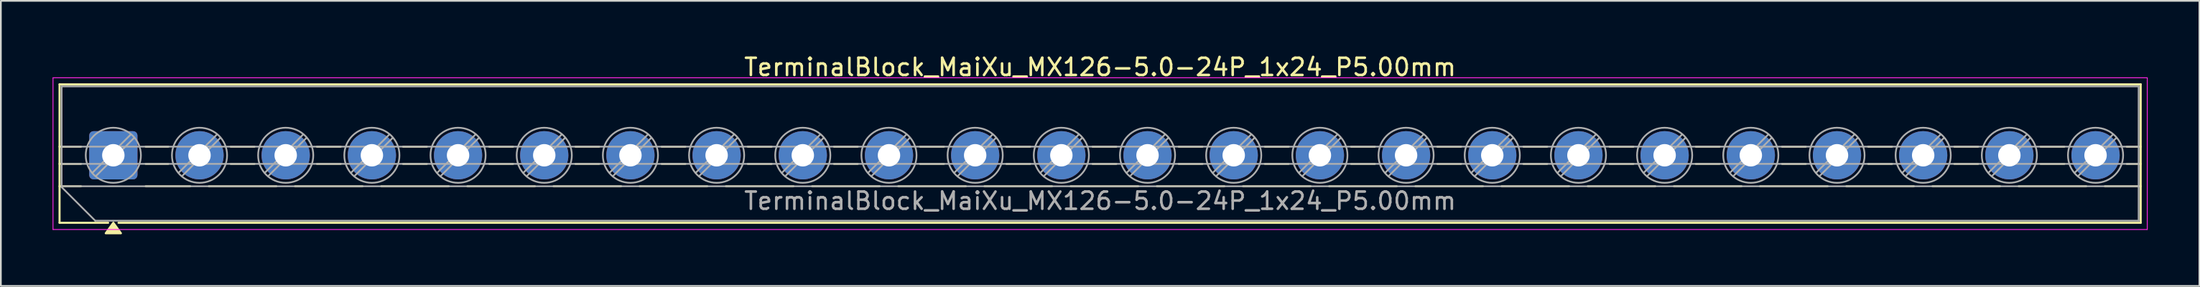
<source format=kicad_pcb>
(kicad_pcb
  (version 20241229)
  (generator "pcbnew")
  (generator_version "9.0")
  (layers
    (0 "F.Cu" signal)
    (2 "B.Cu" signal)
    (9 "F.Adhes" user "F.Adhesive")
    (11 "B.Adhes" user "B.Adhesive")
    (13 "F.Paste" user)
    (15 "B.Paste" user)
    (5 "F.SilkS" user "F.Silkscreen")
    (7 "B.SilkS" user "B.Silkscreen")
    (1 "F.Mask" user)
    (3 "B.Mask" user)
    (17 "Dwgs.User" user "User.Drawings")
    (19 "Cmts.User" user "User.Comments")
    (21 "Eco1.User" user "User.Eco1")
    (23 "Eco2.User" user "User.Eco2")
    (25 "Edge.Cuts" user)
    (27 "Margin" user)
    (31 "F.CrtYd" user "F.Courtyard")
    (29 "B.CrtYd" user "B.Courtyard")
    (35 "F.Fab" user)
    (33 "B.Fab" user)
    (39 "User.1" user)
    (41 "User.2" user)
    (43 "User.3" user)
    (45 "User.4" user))
  (footprint "TerminalBlock_MaiXu_MX126-5.0-24P_1x24_P5.00mm"
    (layer "F.Cu")
    (at 3.525 5.968)
    (property "Reference" "TerminalBlock_MaiXu_MX126-5.0-24P_1x24_P5.00mm" (at 57.25 -5.12 0) (layer "F.SilkS") (effects (font (size 1 1) (thickness 0.15))))
    (attr through_hole)
    (fp_line (start -3.12 -4.12) (end -3.12 3.92) (stroke (width 0.12) (type solid)) (layer "F.SilkS"))
    (fp_line (start -3.12 -4.12) (end 117.62 -4.12) (stroke (width 0.12) (type solid)) (layer "F.SilkS"))
    (fp_line (start -3.12 -0.5) (end -1.88 -0.5) (stroke (width 0.12) (type solid)) (layer "F.SilkS"))
    (fp_line (start -3.12 0.5) (end -1.88 0.5) (stroke (width 0.12) (type solid)) (layer "F.SilkS"))
    (fp_line (start -3.12 1.8) (end -1.88 1.8) (stroke (width 0.12) (type solid)) (layer "F.SilkS"))
    (fp_line (start -3.12 3.92) (end -0.3 3.92) (stroke (width 0.12) (type solid)) (layer "F.SilkS"))
    (fp_line (start 0.3 3.92) (end 117.62 3.92) (stroke (width 0.12) (type solid)) (layer "F.SilkS"))
    (fp_line (start 1.88 -0.5) (end 3.188 -0.5) (stroke (width 0.12) (type solid)) (layer "F.SilkS"))
    (fp_line (start 1.88 0.5) (end 3.188 0.5) (stroke (width 0.12) (type solid)) (layer "F.SilkS"))
    (fp_line (start 1.88 1.8) (end 4.457 1.8) (stroke (width 0.12) (type solid)) (layer "F.SilkS"))
    (fp_line (start 5.543 1.8) (end 9.457 1.8) (stroke (width 0.12) (type solid)) (layer "F.SilkS"))
    (fp_line (start 6.812 -0.5) (end 8.188 -0.5) (stroke (width 0.12) (type solid)) (layer "F.SilkS"))
    (fp_line (start 6.812 0.5) (end 8.188 0.5) (stroke (width 0.12) (type solid)) (layer "F.SilkS"))
    (fp_line (start 10.543 1.8) (end 14.457 1.8) (stroke (width 0.12) (type solid)) (layer "F.SilkS"))
    (fp_line (start 11.812 -0.5) (end 13.188 -0.5) (stroke (width 0.12) (type solid)) (layer "F.SilkS"))
    (fp_line (start 11.812 0.5) (end 13.188 0.5) (stroke (width 0.12) (type solid)) (layer "F.SilkS"))
    (fp_line (start 15.543 1.8) (end 19.457 1.8) (stroke (width 0.12) (type solid)) (layer "F.SilkS"))
    (fp_line (start 16.812 -0.5) (end 18.188 -0.5) (stroke (width 0.12) (type solid)) (layer "F.SilkS"))
    (fp_line (start 16.812 0.5) (end 18.188 0.5) (stroke (width 0.12) (type solid)) (layer "F.SilkS"))
    (fp_line (start 20.543 1.8) (end 24.457 1.8) (stroke (width 0.12) (type solid)) (layer "F.SilkS"))
    (fp_line (start 21.812 -0.5) (end 23.188 -0.5) (stroke (width 0.12) (type solid)) (layer "F.SilkS"))
    (fp_line (start 21.812 0.5) (end 23.188 0.5) (stroke (width 0.12) (type solid)) (layer "F.SilkS"))
    (fp_line (start 25.543 1.8) (end 29.457 1.8) (stroke (width 0.12) (type solid)) (layer "F.SilkS"))
    (fp_line (start 26.812 -0.5) (end 28.188 -0.5) (stroke (width 0.12) (type solid)) (layer "F.SilkS"))
    (fp_line (start 26.812 0.5) (end 28.188 0.5) (stroke (width 0.12) (type solid)) (layer "F.SilkS"))
    (fp_line (start 30.543 1.8) (end 34.457 1.8) (stroke (width 0.12) (type solid)) (layer "F.SilkS"))
    (fp_line (start 31.812 -0.5) (end 33.188 -0.5) (stroke (width 0.12) (type solid)) (layer "F.SilkS"))
    (fp_line (start 31.812 0.5) (end 33.188 0.5) (stroke (width 0.12) (type solid)) (layer "F.SilkS"))
    (fp_line (start 35.543 1.8) (end 39.457 1.8) (stroke (width 0.12) (type solid)) (layer "F.SilkS"))
    (fp_line (start 36.812 -0.5) (end 38.188 -0.5) (stroke (width 0.12) (type solid)) (layer "F.SilkS"))
    (fp_line (start 36.812 0.5) (end 38.188 0.5) (stroke (width 0.12) (type solid)) (layer "F.SilkS"))
    (fp_line (start 40.543 1.8) (end 44.457 1.8) (stroke (width 0.12) (type solid)) (layer "F.SilkS"))
    (fp_line (start 41.812 -0.5) (end 43.188 -0.5) (stroke (width 0.12) (type solid)) (layer "F.SilkS"))
    (fp_line (start 41.812 0.5) (end 43.188 0.5) (stroke (width 0.12) (type solid)) (layer "F.SilkS"))
    (fp_line (start 45.543 1.8) (end 49.457 1.8) (stroke (width 0.12) (type solid)) (layer "F.SilkS"))
    (fp_line (start 46.812 -0.5) (end 48.188 -0.5) (stroke (width 0.12) (type solid)) (layer "F.SilkS"))
    (fp_line (start 46.812 0.5) (end 48.188 0.5) (stroke (width 0.12) (type solid)) (layer "F.SilkS"))
    (fp_line (start 50.543 1.8) (end 54.457 1.8) (stroke (width 0.12) (type solid)) (layer "F.SilkS"))
    (fp_line (start 51.812 -0.5) (end 53.188 -0.5) (stroke (width 0.12) (type solid)) (layer "F.SilkS"))
    (fp_line (start 51.812 0.5) (end 53.188 0.5) (stroke (width 0.12) (type solid)) (layer "F.SilkS"))
    (fp_line (start 55.543 1.8) (end 59.457 1.8) (stroke (width 0.12) (type solid)) (layer "F.SilkS"))
    (fp_line (start 56.812 -0.5) (end 58.188 -0.5) (stroke (width 0.12) (type solid)) (layer "F.SilkS"))
    (fp_line (start 56.812 0.5) (end 58.188 0.5) (stroke (width 0.12) (type solid)) (layer "F.SilkS"))
    (fp_line (start 60.543 1.8) (end 64.457 1.8) (stroke (width 0.12) (type solid)) (layer "F.SilkS"))
    (fp_line (start 61.812 -0.5) (end 63.188 -0.5) (stroke (width 0.12) (type solid)) (layer "F.SilkS"))
    (fp_line (start 61.812 0.5) (end 63.188 0.5) (stroke (width 0.12) (type solid)) (layer "F.SilkS"))
    (fp_line (start 65.543 1.8) (end 69.457 1.8) (stroke (width 0.12) (type solid)) (layer "F.SilkS"))
    (fp_line (start 66.812 -0.5) (end 68.188 -0.5) (stroke (width 0.12) (type solid)) (layer "F.SilkS"))
    (fp_line (start 66.812 0.5) (end 68.188 0.5) (stroke (width 0.12) (type solid)) (layer "F.SilkS"))
    (fp_line (start 70.543 1.8) (end 74.457 1.8) (stroke (width 0.12) (type solid)) (layer "F.SilkS"))
    (fp_line (start 71.812 -0.5) (end 73.188 -0.5) (stroke (width 0.12) (type solid)) (layer "F.SilkS"))
    (fp_line (start 71.812 0.5) (end 73.188 0.5) (stroke (width 0.12) (type solid)) (layer "F.SilkS"))
    (fp_line (start 75.543 1.8) (end 79.457 1.8) (stroke (width 0.12) (type solid)) (layer "F.SilkS"))
    (fp_line (start 76.812 -0.5) (end 78.188 -0.5) (stroke (width 0.12) (type solid)) (layer "F.SilkS"))
    (fp_line (start 76.812 0.5) (end 78.188 0.5) (stroke (width 0.12) (type solid)) (layer "F.SilkS"))
    (fp_line (start 80.543 1.8) (end 84.457 1.8) (stroke (width 0.12) (type solid)) (layer "F.SilkS"))
    (fp_line (start 81.812 -0.5) (end 83.188 -0.5) (stroke (width 0.12) (type solid)) (layer "F.SilkS"))
    (fp_line (start 81.812 0.5) (end 83.188 0.5) (stroke (width 0.12) (type solid)) (layer "F.SilkS"))
    (fp_line (start 85.543 1.8) (end 89.457 1.8) (stroke (width 0.12) (type solid)) (layer "F.SilkS"))
    (fp_line (start 86.812 -0.5) (end 88.188 -0.5) (stroke (width 0.12) (type solid)) (layer "F.SilkS"))
    (fp_line (start 86.812 0.5) (end 88.188 0.5) (stroke (width 0.12) (type solid)) (layer "F.SilkS"))
    (fp_line (start 90.543 1.8) (end 94.457 1.8) (stroke (width 0.12) (type solid)) (layer "F.SilkS"))
    (fp_line (start 91.812 -0.5) (end 93.188 -0.5) (stroke (width 0.12) (type solid)) (layer "F.SilkS"))
    (fp_line (start 91.812 0.5) (end 93.188 0.5) (stroke (width 0.12) (type solid)) (layer "F.SilkS"))
    (fp_line (start 95.543 1.8) (end 99.457 1.8) (stroke (width 0.12) (type solid)) (layer "F.SilkS"))
    (fp_line (start 96.812 -0.5) (end 98.188 -0.5) (stroke (width 0.12) (type solid)) (layer "F.SilkS"))
    (fp_line (start 96.812 0.5) (end 98.188 0.5) (stroke (width 0.12) (type solid)) (layer "F.SilkS"))
    (fp_line (start 100.543 1.8) (end 104.457 1.8) (stroke (width 0.12) (type solid)) (layer "F.SilkS"))
    (fp_line (start 101.812 -0.5) (end 103.188 -0.5) (stroke (width 0.12) (type solid)) (layer "F.SilkS"))
    (fp_line (start 101.812 0.5) (end 103.188 0.5) (stroke (width 0.12) (type solid)) (layer "F.SilkS"))
    (fp_line (start 105.543 1.8) (end 109.457 1.8) (stroke (width 0.12) (type solid)) (layer "F.SilkS"))
    (fp_line (start 106.812 -0.5) (end 108.188 -0.5) (stroke (width 0.12) (type solid)) (layer "F.SilkS"))
    (fp_line (start 106.812 0.5) (end 108.188 0.5) (stroke (width 0.12) (type solid)) (layer "F.SilkS"))
    (fp_line (start 110.543 1.8) (end 114.457 1.8) (stroke (width 0.12) (type solid)) (layer "F.SilkS"))
    (fp_line (start 111.812 -0.5) (end 113.188 -0.5) (stroke (width 0.12) (type solid)) (layer "F.SilkS"))
    (fp_line (start 111.812 0.5) (end 113.188 0.5) (stroke (width 0.12) (type solid)) (layer "F.SilkS"))
    (fp_line (start 115.543 1.8) (end 117.62 1.8) (stroke (width 0.12) (type solid)) (layer "F.SilkS"))
    (fp_line (start 116.812 -0.5) (end 117.62 -0.5) (stroke (width 0.12) (type solid)) (layer "F.SilkS"))
    (fp_line (start 116.812 0.5) (end 117.62 0.5) (stroke (width 0.12) (type solid)) (layer "F.SilkS"))
    (fp_line (start 117.62 -4.12) (end 117.62 3.92) (stroke (width 0.12) (type solid)) (layer "F.SilkS"))
    (fp_poly (pts (xy 0 3.92) (xy 0.44 4.53) (xy -0.44 4.53)) (stroke (width 0.12) (type solid)) (fill yes) (layer "F.SilkS"))
    (fp_line (start -3.5 -4.5) (end -3.5 4.31) (stroke (width 0.05) (type solid)) (layer "F.CrtYd"))
    (fp_line (start -3.5 4.31) (end 118 4.31) (stroke (width 0.05) (type solid)) (layer "F.CrtYd"))
    (fp_line (start 118 -4.5) (end -3.5 -4.5) (stroke (width 0.05) (type solid)) (layer "F.CrtYd"))
    (fp_line (start 118 4.31) (end 118 -4.5) (stroke (width 0.05) (type solid)) (layer "F.CrtYd"))
    (fp_line (start -3 -4) (end 117.5 -4) (stroke (width 0.1) (type solid)) (layer "F.Fab"))
    (fp_line (start -3 -0.5) (end 117.5 -0.5) (stroke (width 0.1) (type solid)) (layer "F.Fab"))
    (fp_line (start -3 0.5) (end 117.5 0.5) (stroke (width 0.1) (type solid)) (layer "F.Fab"))
    (fp_line (start -3 1.8) (end 117.5 1.8) (stroke (width 0.1) (type solid)) (layer "F.Fab"))
    (fp_line (start -3 1.85) (end -3 -4) (stroke (width 0.1) (type solid)) (layer "F.Fab"))
    (fp_line (start -1.05 3.8) (end -3 1.85) (stroke (width 0.1) (type solid)) (layer "F.Fab"))
    (fp_line (start 1.018 -1.213) (end -1.214 1.018) (stroke (width 0.1) (type solid)) (layer "F.Fab"))
    (fp_line (start 1.213 -1.018) (end -1.018 1.213) (stroke (width 0.1) (type solid)) (layer "F.Fab"))
    (fp_line (start 6.018 -1.213) (end 3.786 1.018) (stroke (width 0.1) (type solid)) (layer "F.Fab"))
    (fp_line (start 6.213 -1.018) (end 3.982 1.213) (stroke (width 0.1) (type solid)) (layer "F.Fab"))
    (fp_line (start 11.018 -1.213) (end 8.786 1.018) (stroke (width 0.1) (type solid)) (layer "F.Fab"))
    (fp_line (start 11.213 -1.018) (end 8.982 1.213) (stroke (width 0.1) (type solid)) (layer "F.Fab"))
    (fp_line (start 16.018 -1.213) (end 13.786 1.018) (stroke (width 0.1) (type solid)) (layer "F.Fab"))
    (fp_line (start 16.213 -1.018) (end 13.982 1.213) (stroke (width 0.1) (type solid)) (layer "F.Fab"))
    (fp_line (start 21.018 -1.213) (end 18.786 1.018) (stroke (width 0.1) (type solid)) (layer "F.Fab"))
    (fp_line (start 21.213 -1.018) (end 18.982 1.213) (stroke (width 0.1) (type solid)) (layer "F.Fab"))
    (fp_line (start 26.018 -1.213) (end 23.786 1.018) (stroke (width 0.1) (type solid)) (layer "F.Fab"))
    (fp_line (start 26.213 -1.018) (end 23.982 1.213) (stroke (width 0.1) (type solid)) (layer "F.Fab"))
    (fp_line (start 31.018 -1.213) (end 28.786 1.018) (stroke (width 0.1) (type solid)) (layer "F.Fab"))
    (fp_line (start 31.213 -1.018) (end 28.982 1.213) (stroke (width 0.1) (type solid)) (layer "F.Fab"))
    (fp_line (start 36.018 -1.213) (end 33.786 1.018) (stroke (width 0.1) (type solid)) (layer "F.Fab"))
    (fp_line (start 36.213 -1.018) (end 33.982 1.213) (stroke (width 0.1) (type solid)) (layer "F.Fab"))
    (fp_line (start 41.018 -1.213) (end 38.786 1.018) (stroke (width 0.1) (type solid)) (layer "F.Fab"))
    (fp_line (start 41.213 -1.018) (end 38.982 1.213) (stroke (width 0.1) (type solid)) (layer "F.Fab"))
    (fp_line (start 46.018 -1.213) (end 43.786 1.018) (stroke (width 0.1) (type solid)) (layer "F.Fab"))
    (fp_line (start 46.213 -1.018) (end 43.982 1.213) (stroke (width 0.1) (type solid)) (layer "F.Fab"))
    (fp_line (start 51.018 -1.213) (end 48.786 1.018) (stroke (width 0.1) (type solid)) (layer "F.Fab"))
    (fp_line (start 51.213 -1.018) (end 48.982 1.213) (stroke (width 0.1) (type solid)) (layer "F.Fab"))
    (fp_line (start 56.018 -1.213) (end 53.786 1.018) (stroke (width 0.1) (type solid)) (layer "F.Fab"))
    (fp_line (start 56.213 -1.018) (end 53.982 1.213) (stroke (width 0.1) (type solid)) (layer "F.Fab"))
    (fp_line (start 61.018 -1.213) (end 58.786 1.018) (stroke (width 0.1) (type solid)) (layer "F.Fab"))
    (fp_line (start 61.213 -1.018) (end 58.982 1.213) (stroke (width 0.1) (type solid)) (layer "F.Fab"))
    (fp_line (start 66.018 -1.213) (end 63.786 1.018) (stroke (width 0.1) (type solid)) (layer "F.Fab"))
    (fp_line (start 66.213 -1.018) (end 63.982 1.213) (stroke (width 0.1) (type solid)) (layer "F.Fab"))
    (fp_line (start 71.018 -1.213) (end 68.786 1.018) (stroke (width 0.1) (type solid)) (layer "F.Fab"))
    (fp_line (start 71.213 -1.018) (end 68.982 1.213) (stroke (width 0.1) (type solid)) (layer "F.Fab"))
    (fp_line (start 76.018 -1.213) (end 73.786 1.018) (stroke (width 0.1) (type solid)) (layer "F.Fab"))
    (fp_line (start 76.213 -1.018) (end 73.982 1.213) (stroke (width 0.1) (type solid)) (layer "F.Fab"))
    (fp_line (start 81.018 -1.213) (end 78.786 1.018) (stroke (width 0.1) (type solid)) (layer "F.Fab"))
    (fp_line (start 81.213 -1.018) (end 78.982 1.213) (stroke (width 0.1) (type solid)) (layer "F.Fab"))
    (fp_line (start 86.018 -1.213) (end 83.786 1.018) (stroke (width 0.1) (type solid)) (layer "F.Fab"))
    (fp_line (start 86.213 -1.018) (end 83.982 1.213) (stroke (width 0.1) (type solid)) (layer "F.Fab"))
    (fp_line (start 91.018 -1.213) (end 88.786 1.018) (stroke (width 0.1) (type solid)) (layer "F.Fab"))
    (fp_line (start 91.213 -1.018) (end 88.982 1.213) (stroke (width 0.1) (type solid)) (layer "F.Fab"))
    (fp_line (start 96.018 -1.213) (end 93.786 1.018) (stroke (width 0.1) (type solid)) (layer "F.Fab"))
    (fp_line (start 96.213 -1.018) (end 93.982 1.213) (stroke (width 0.1) (type solid)) (layer "F.Fab"))
    (fp_line (start 101.018 -1.213) (end 98.786 1.018) (stroke (width 0.1) (type solid)) (layer "F.Fab"))
    (fp_line (start 101.213 -1.018) (end 98.982 1.213) (stroke (width 0.1) (type solid)) (layer "F.Fab"))
    (fp_line (start 106.018 -1.213) (end 103.786 1.018) (stroke (width 0.1) (type solid)) (layer "F.Fab"))
    (fp_line (start 106.213 -1.018) (end 103.982 1.213) (stroke (width 0.1) (type solid)) (layer "F.Fab"))
    (fp_line (start 111.018 -1.213) (end 108.786 1.018) (stroke (width 0.1) (type solid)) (layer "F.Fab"))
    (fp_line (start 111.213 -1.018) (end 108.982 1.213) (stroke (width 0.1) (type solid)) (layer "F.Fab"))
    (fp_line (start 116.018 -1.213) (end 113.786 1.018) (stroke (width 0.1) (type solid)) (layer "F.Fab"))
    (fp_line (start 116.213 -1.018) (end 113.982 1.213) (stroke (width 0.1) (type solid)) (layer "F.Fab"))
    (fp_line (start 117.5 -4) (end 117.5 3.8) (stroke (width 0.1) (type solid)) (layer "F.Fab"))
    (fp_line (start 117.5 3.8) (end -1.05 3.8) (stroke (width 0.1) (type solid)) (layer "F.Fab"))
    (fp_circle (center 0 0) (end 1.6 0) (stroke (width 0.1) (type solid)) (fill no) (layer "F.Fab"))
    (fp_circle (center 5 0) (end 6.6 0) (stroke (width 0.1) (type solid)) (fill no) (layer "F.Fab"))
    (fp_circle (center 10 0) (end 11.6 0) (stroke (width 0.1) (type solid)) (fill no) (layer "F.Fab"))
    (fp_circle (center 15 0) (end 16.6 0) (stroke (width 0.1) (type solid)) (fill no) (layer "F.Fab"))
    (fp_circle (center 20 0) (end 21.6 0) (stroke (width 0.1) (type solid)) (fill no) (layer "F.Fab"))
    (fp_circle (center 25 0) (end 26.6 0) (stroke (width 0.1) (type solid)) (fill no) (layer "F.Fab"))
    (fp_circle (center 30 0) (end 31.6 0) (stroke (width 0.1) (type solid)) (fill no) (layer "F.Fab"))
    (fp_circle (center 35 0) (end 36.6 0) (stroke (width 0.1) (type solid)) (fill no) (layer "F.Fab"))
    (fp_circle (center 40 0) (end 41.6 0) (stroke (width 0.1) (type solid)) (fill no) (layer "F.Fab"))
    (fp_circle (center 45 0) (end 46.6 0) (stroke (width 0.1) (type solid)) (fill no) (layer "F.Fab"))
    (fp_circle (center 50 0) (end 51.6 0) (stroke (width 0.1) (type solid)) (fill no) (layer "F.Fab"))
    (fp_circle (center 55 0) (end 56.6 0) (stroke (width 0.1) (type solid)) (fill no) (layer "F.Fab"))
    (fp_circle (center 60 0) (end 61.6 0) (stroke (width 0.1) (type solid)) (fill no) (layer "F.Fab"))
    (fp_circle (center 65 0) (end 66.6 0) (stroke (width 0.1) (type solid)) (fill no) (layer "F.Fab"))
    (fp_circle (center 70 0) (end 71.6 0) (stroke (width 0.1) (type solid)) (fill no) (layer "F.Fab"))
    (fp_circle (center 75 0) (end 76.6 0) (stroke (width 0.1) (type solid)) (fill no) (layer "F.Fab"))
    (fp_circle (center 80 0) (end 81.6 0) (stroke (width 0.1) (type solid)) (fill no) (layer "F.Fab"))
    (fp_circle (center 85 0) (end 86.6 0) (stroke (width 0.1) (type solid)) (fill no) (layer "F.Fab"))
    (fp_circle (center 90 0) (end 91.6 0) (stroke (width 0.1) (type solid)) (fill no) (layer "F.Fab"))
    (fp_circle (center 95 0) (end 96.6 0) (stroke (width 0.1) (type solid)) (fill no) (layer "F.Fab"))
    (fp_circle (center 100 0) (end 101.6 0) (stroke (width 0.1) (type solid)) (fill no) (layer "F.Fab"))
    (fp_circle (center 105 0) (end 106.6 0) (stroke (width 0.1) (type solid)) (fill no) (layer "F.Fab"))
    (fp_circle (center 110 0) (end 111.6 0) (stroke (width 0.1) (type solid)) (fill no) (layer "F.Fab"))
    (fp_circle (center 115 0) (end 116.6 0) (stroke (width 0.1) (type solid)) (fill no) (layer "F.Fab"))
    (fp_text user "${REFERENCE}" (at 57.25 2.65 0) (layer "F.Fab") (effects (font (size 1 1) (thickness 0.15))))
    (pad "1" thru_hole roundrect (at 0 0) (size 2.8 2.8) (drill 1.3) (layers "*.Cu" "*.Mask") (roundrect_rratio 0.089))
    (pad "2" thru_hole circle (at 5 0) (size 2.8 2.8) (drill 1.3) (layers "*.Cu" "*.Mask"))
    (pad "3" thru_hole circle (at 10 0) (size 2.8 2.8) (drill 1.3) (layers "*.Cu" "*.Mask"))
    (pad "4" thru_hole circle (at 15 0) (size 2.8 2.8) (drill 1.3) (layers "*.Cu" "*.Mask"))
    (pad "5" thru_hole circle (at 20 0) (size 2.8 2.8) (drill 1.3) (layers "*.Cu" "*.Mask"))
    (pad "6" thru_hole circle (at 25 0) (size 2.8 2.8) (drill 1.3) (layers "*.Cu" "*.Mask"))
    (pad "7" thru_hole circle (at 30 0) (size 2.8 2.8) (drill 1.3) (layers "*.Cu" "*.Mask"))
    (pad "8" thru_hole circle (at 35 0) (size 2.8 2.8) (drill 1.3) (layers "*.Cu" "*.Mask"))
    (pad "9" thru_hole circle (at 40 0) (size 2.8 2.8) (drill 1.3) (layers "*.Cu" "*.Mask"))
    (pad "10" thru_hole circle (at 45 0) (size 2.8 2.8) (drill 1.3) (layers "*.Cu" "*.Mask"))
    (pad "11" thru_hole circle (at 50 0) (size 2.8 2.8) (drill 1.3) (layers "*.Cu" "*.Mask"))
    (pad "12" thru_hole circle (at 55 0) (size 2.8 2.8) (drill 1.3) (layers "*.Cu" "*.Mask"))
    (pad "13" thru_hole circle (at 60 0) (size 2.8 2.8) (drill 1.3) (layers "*.Cu" "*.Mask"))
    (pad "14" thru_hole circle (at 65 0) (size 2.8 2.8) (drill 1.3) (layers "*.Cu" "*.Mask"))
    (pad "15" thru_hole circle (at 70 0) (size 2.8 2.8) (drill 1.3) (layers "*.Cu" "*.Mask"))
    (pad "16" thru_hole circle (at 75 0) (size 2.8 2.8) (drill 1.3) (layers "*.Cu" "*.Mask"))
    (pad "17" thru_hole circle (at 80 0) (size 2.8 2.8) (drill 1.3) (layers "*.Cu" "*.Mask"))
    (pad "18" thru_hole circle (at 85 0) (size 2.8 2.8) (drill 1.3) (layers "*.Cu" "*.Mask"))
    (pad "19" thru_hole circle (at 90 0) (size 2.8 2.8) (drill 1.3) (layers "*.Cu" "*.Mask"))
    (pad "20" thru_hole circle (at 95 0) (size 2.8 2.8) (drill 1.3) (layers "*.Cu" "*.Mask"))
    (pad "21" thru_hole circle (at 100 0) (size 2.8 2.8) (drill 1.3) (layers "*.Cu" "*.Mask"))
    (pad "22" thru_hole circle (at 105 0) (size 2.8 2.8) (drill 1.3) (layers "*.Cu" "*.Mask"))
    (pad "23" thru_hole circle (at 110 0) (size 2.8 2.8) (drill 1.3) (layers "*.Cu" "*.Mask"))
    (pad "24" thru_hole circle (at 115 0) (size 2.8 2.8) (drill 1.3) (layers "*.Cu" "*.Mask")))
  (gr_rect
    (start -3 -3)
    (end 124.55 13.558)
    (stroke (width 0.1) (type default))
    (fill no)
    (layer "Edge.Cuts")))
</source>
